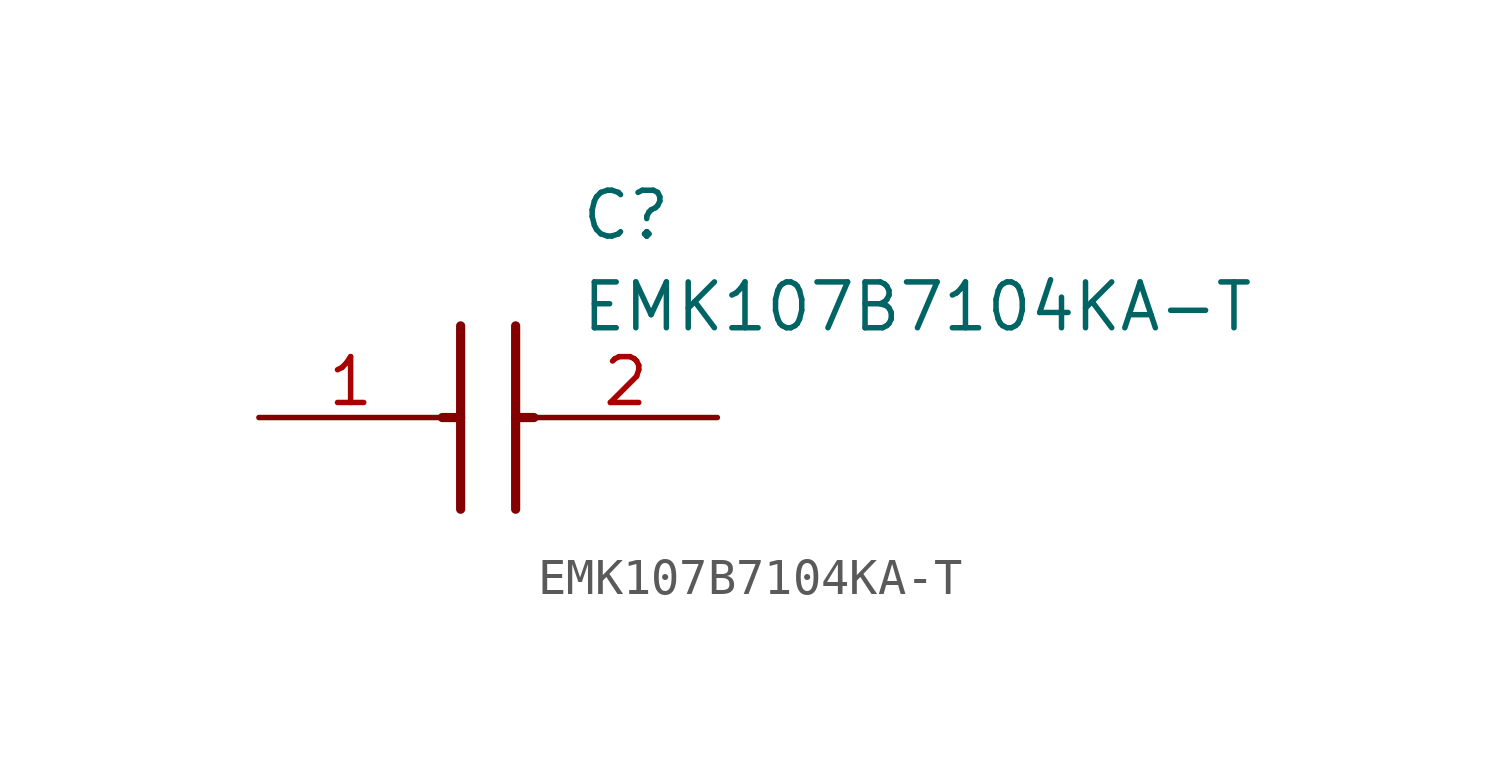
<source format=kicad_sym>
(kicad_symbol_lib
  (version 20211014)
  (generator SamacSys_ECAD_Model)
  (symbol "EMK107B7104KA-T"
    (pin_names hide)
    (property "Reference" "C"
      (at 8.89 6.35 0)
      (effects (font (size 1.27 1.27)) (justify left top)))
    (property "Value" "EMK107B7104KA-T"
      (at 8.89 3.81 0)
      (effects (font (size 1.27 1.27)) (justify left top)))
    (polyline
      (pts (xy 5.588 2.54) (xy 5.588 -2.54))
      (stroke (width 0.254) (type default))
      (fill (type none)))
    (polyline
      (pts (xy 7.112 2.54) (xy 7.112 -2.54))
      (stroke (width 0.254) (type default))
      (fill (type none)))
    (polyline
      (pts (xy 5.08 0) (xy 5.588 0))
      (stroke (width 0.254) (type default))
      (fill (type none)))
    (polyline
      (pts (xy 7.112 0) (xy 7.62 0))
      (stroke (width 0.254) (type default))
      (fill (type none)))
    (pin passive line
      (at 0 0 0)
      (length 5.08)
      (name "1" (effects (font (size 1.27 1.27))))
      (number "1" (effects (font (size 1.27 1.27)))))
    (pin passive line
      (at 12.7 0 180)
      (length 5.08)
      (name "2" (effects (font (size 1.27 1.27))))
      (number "2" (effects (font (size 1.27 1.27)))))))
</source>
